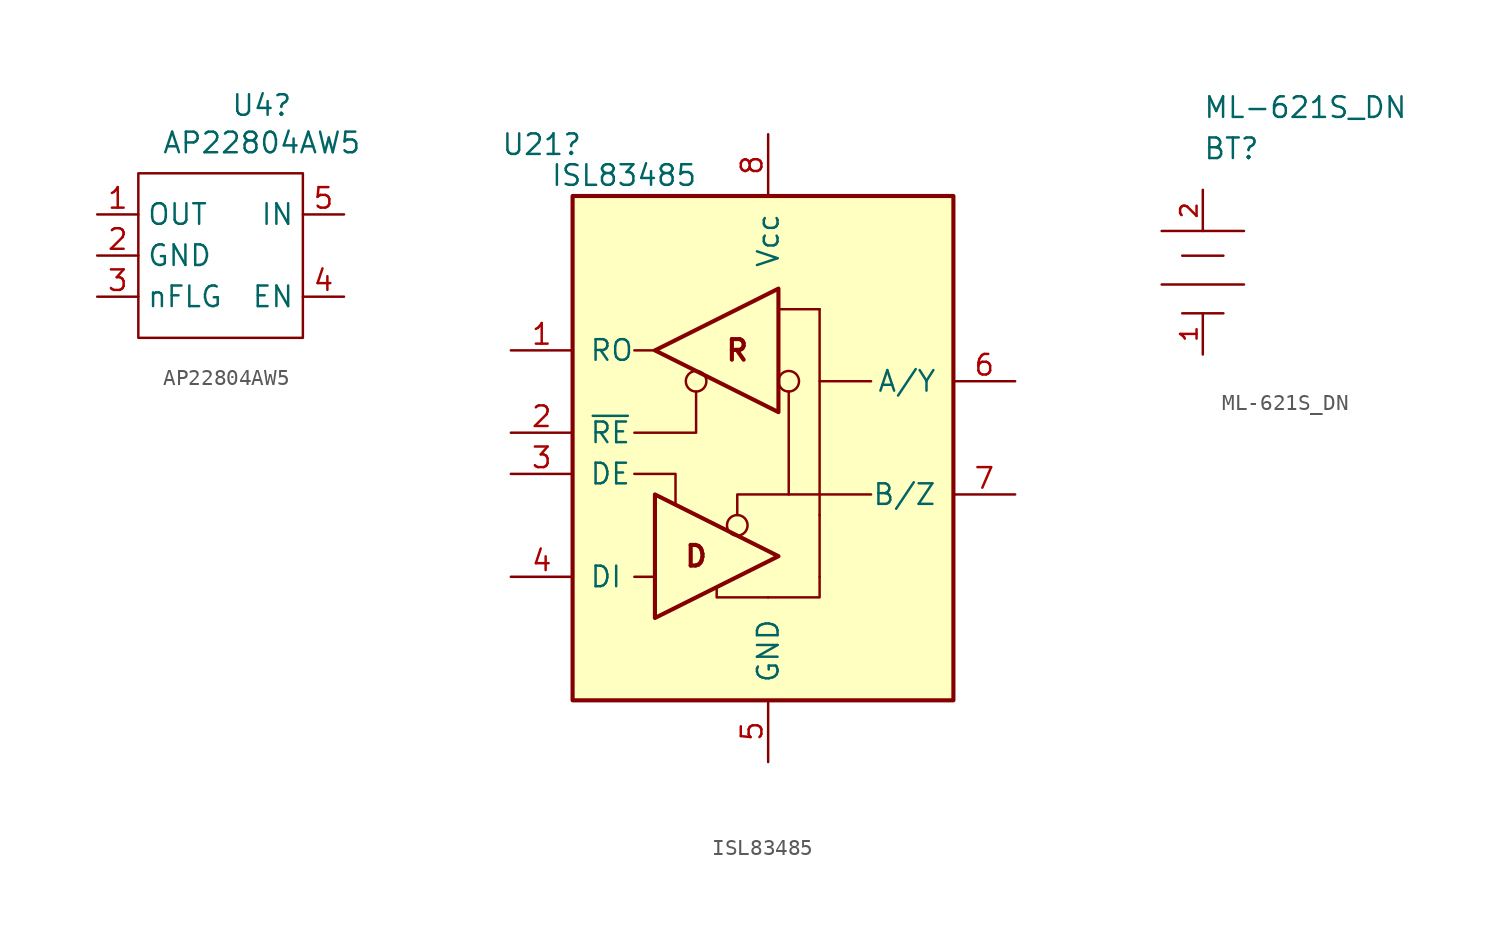
<source format=kicad_sym>
(kicad_symbol_lib
  (version 20211014)
  (generator kicad_symbol_editor)
  (symbol "AP22804AW5"
    (property "Reference" "U4"
      (at 1.27 16.891 0)
      (effects (font (size 1.27 1.27))))
    (property "Value" "AP22804AW5"
      (at 1.27 14.58 0)
      (effects (font (size 1.27 1.27))))
    (symbol "AP22804AW5_0_0"
      (pin power_out line (at -8.89 10.16 0) (length 2.54) (name "OUT" (effects (font (size 1.27 1.27)))) (number "1" (effects (font (size 1.27 1.27)))))
      (pin power_in line (at -8.89 7.62 0) (length 2.54) (name "GND" (effects (font (size 1.27 1.27)))) (number "2" (effects (font (size 1.27 1.27)))))
      (pin open_collector line (at -8.89 5.08 0) (length 2.54) (name "nFLG" (effects (font (size 1.27 1.27)))) (number "3" (effects (font (size 1.27 1.27)))))
      (pin input line (at 6.35 5.08 180) (length 2.54) (name "EN" (effects (font (size 1.27 1.27)))) (number "4" (effects (font (size 1.27 1.27)))))
      (pin power_in line (at 6.35 10.16 180) (length 2.54) (name "IN" (effects (font (size 1.27 1.27)))) (number "5" (effects (font (size 1.27 1.27))))))
    (symbol "AP22804AW5_0_1"
      (rectangle (start -6.35 12.7) (end 3.81 2.54) (stroke (width 0) (type default) (color 0 0 0 0)) (fill (type none)))))
  (symbol "ISL83485"
    (pin_names
      (offset 1.016))
    (property "Reference" "U21"
      (at -13.97 20.32 0)
      (effects (font (size 1.27 1.27))))
    (property "Value" "ISL83485"
      (at -8.89 18.415 0)
      (effects (font (size 1.27 1.27))))
    (symbol "ISL83485_0_0"
      (text "D" (at -4.445 -5.08 0) (effects (font (size 1.27 1.27) bold)))
      (text "R" (at -1.905 7.62 0) (effects (font (size 1.27 1.27) bold))))
    (symbol "ISL83485_0_1"
      (rectangle (start -12.065 17.145) (end 11.43 -13.97) (stroke (width 0.254) (type default) (color 0 0 0 0)) (fill (type background)))
      (polyline (pts (xy -8.255 -6.35) (xy -6.985 -6.35)) (stroke (width 0) (type default) (color 0 0 0 0)) (fill (type none)))
      (polyline (pts (xy -6.985 7.62) (xy -8.255 7.62)) (stroke (width 0) (type default) (color 0 0 0 0)) (fill (type none)))
      (polyline (pts (xy 1.27 -1.27) (xy 6.35 -1.27)) (stroke (width 0) (type default) (color 0 0 0 0)) (fill (type none)))
      (polyline (pts (xy 3.175 -6.35) (xy 3.175 -2.54)) (stroke (width 0) (type default) (color 0 0 0 0)) (fill (type none)))
      (polyline (pts (xy 3.175 -2.54) (xy 3.175 10.16)) (stroke (width 0) (type default) (color 0 0 0 0)) (fill (type none)))
      (polyline (pts (xy -5.715 -1.905) (xy -5.715 0) (xy -8.255 0)) (stroke (width 0) (type default) (color 0 0 0 0)) (fill (type none)))
      (polyline (pts (xy -4.445 5.08) (xy -4.445 2.54) (xy -8.255 2.54)) (stroke (width 0) (type default) (color 0 0 0 0)) (fill (type none)))
      (polyline (pts (xy 0 -7.62) (xy -3.175 -7.62) (xy -3.175 -6.985)) (stroke (width 0) (type default) (color 0 0 0 0)) (fill (type none)))
      (polyline (pts (xy 3.175 -6.35) (xy 3.175 -7.62) (xy 0 -7.62)) (stroke (width 0) (type default) (color 0 0 0 0)) (fill (type none)))
      (polyline (pts (xy 3.175 10.16) (xy 0.635 10.16) (xy 0.635 10.16)) (stroke (width 0) (type default) (color 0 0 0 0)) (fill (type none)))
      (polyline (pts (xy 1.27 5.08) (xy 1.27 -1.27) (xy -1.905 -1.27) (xy -1.905 -2.54)) (stroke (width 0) (type default) (color 0 0 0 0)) (fill (type none)))
      (polyline (pts (xy -6.985 -1.27) (xy -6.985 -8.89) (xy 0.635 -5.08) (xy -6.985 -1.27) (xy -6.985 -1.27)) (stroke (width 0.254) (type default) (color 0 0 0 0)) (fill (type none)))
      (polyline (pts (xy 0.635 11.43) (xy 0.635 3.81) (xy -6.985 7.62) (xy 0.635 11.43) (xy 0.635 11.43)) (stroke (width 0.254) (type default) (color 0 0 0 0)) (fill (type none)))
      (circle (center 1.27 5.715) (radius 0.635) (stroke (width 0) (type default) (color 0 0 0 0)) (fill (type none)))
      (rectangle (start 3.175 5.715) (end 6.35 5.715) (stroke (width 0) (type default) (color 0 0 0 0)) (fill (type none))))
    (symbol "ISL83485_1_1"
      (circle (center -4.445 5.715) (radius 0.635) (stroke (width 0) (type default) (color 0 0 0 0)) (fill (type none)))
      (circle (center -1.905 -3.175) (radius 0.635) (stroke (width 0) (type default) (color 0 0 0 0)) (fill (type none)))
      (pin output line (at -15.875 7.62 0) (length 3.81) (name "RO" (effects (font (size 1.27 1.27)))) (number "1" (effects (font (size 1.27 1.27)))))
      (pin input line (at -15.875 2.54 0) (length 3.81) (name "~{RE}" (effects (font (size 1.27 1.27)))) (number "2" (effects (font (size 1.27 1.27)))))
      (pin input line (at -15.875 0 0) (length 3.81) (name "DE" (effects (font (size 1.27 1.27)))) (number "3" (effects (font (size 1.27 1.27)))))
      (pin input line (at -15.875 -6.35 0) (length 3.81) (name "DI" (effects (font (size 1.27 1.27)))) (number "4" (effects (font (size 1.27 1.27)))))
      (pin power_in line (at 0 -17.78 90) (length 3.81) (name "GND" (effects (font (size 1.27 1.27)))) (number "5" (effects (font (size 1.27 1.27)))))
      (pin output line (at 15.24 5.715 180) (length 3.81) (name "A/Y" (effects (font (size 1.27 1.27)))) (number "6" (effects (font (size 1.27 1.27)))))
      (pin input line (at 15.24 -1.27 180) (length 3.81) (name "B/Z" (effects (font (size 1.27 1.27)))) (number "7" (effects (font (size 1.27 1.27)))))
      (pin power_in line (at 0 20.955 270) (length 3.81) (name "Vcc" (effects (font (size 1.27 1.27)))) (number "8" (effects (font (size 1.27 1.27)))))))
  (symbol "ML-621S_DN"
    (pin_names
      (offset 1.016))
    (property "Reference" "BT"
      (at 0 0 0)
      (effects (font (size 1.27 1.27)) (justify left)))
    (property "Value" "ML-621S_DN"
      (at 0 2.54 0)
      (effects (font (size 1.27 1.27)) (justify left)))
    (symbol "ML-621S_DN_1_0"
      (text "+" (at 2.54 -3.048 1) (effects (font (size 1.524 1.524)) hide))
      (text "-" (at 3.81 -12.7 0) (effects (font (size 1.524 1.524)) hide)))
    (symbol "ML-621S_DN_1_1"
      (polyline (pts (xy 1.27 -10.16) (xy -1.27 -10.16)) (stroke (width 0) (type default) (color 0 0 0 0)) (fill (type none)))
      (polyline (pts (xy 1.27 -6.604) (xy -1.27 -6.604)) (stroke (width 0) (type default) (color 0 0 0 0)) (fill (type none)))
      (polyline (pts (xy 2.54 -8.382) (xy -2.54 -8.382)) (stroke (width 0) (type default) (color 0 0 0 0)) (fill (type none)))
      (polyline (pts (xy 2.54 -5.08) (xy -2.54 -5.08)) (stroke (width 0) (type default) (color 0 0 0 0)) (fill (type none)))
      (pin power_in line (at 0 -12.7 90) (length 2.54) (name "CATHODE" (effects (font (size 0 0)))) (number "1" (effects (font (size 1.016 1.016)))))
      (pin power_in line (at 0 -2.54 270) (length 2.54) (name "ANODE" (effects (font (size 0 0)))) (number "2" (effects (font (size 1.016 1.016))))))))
</source>
